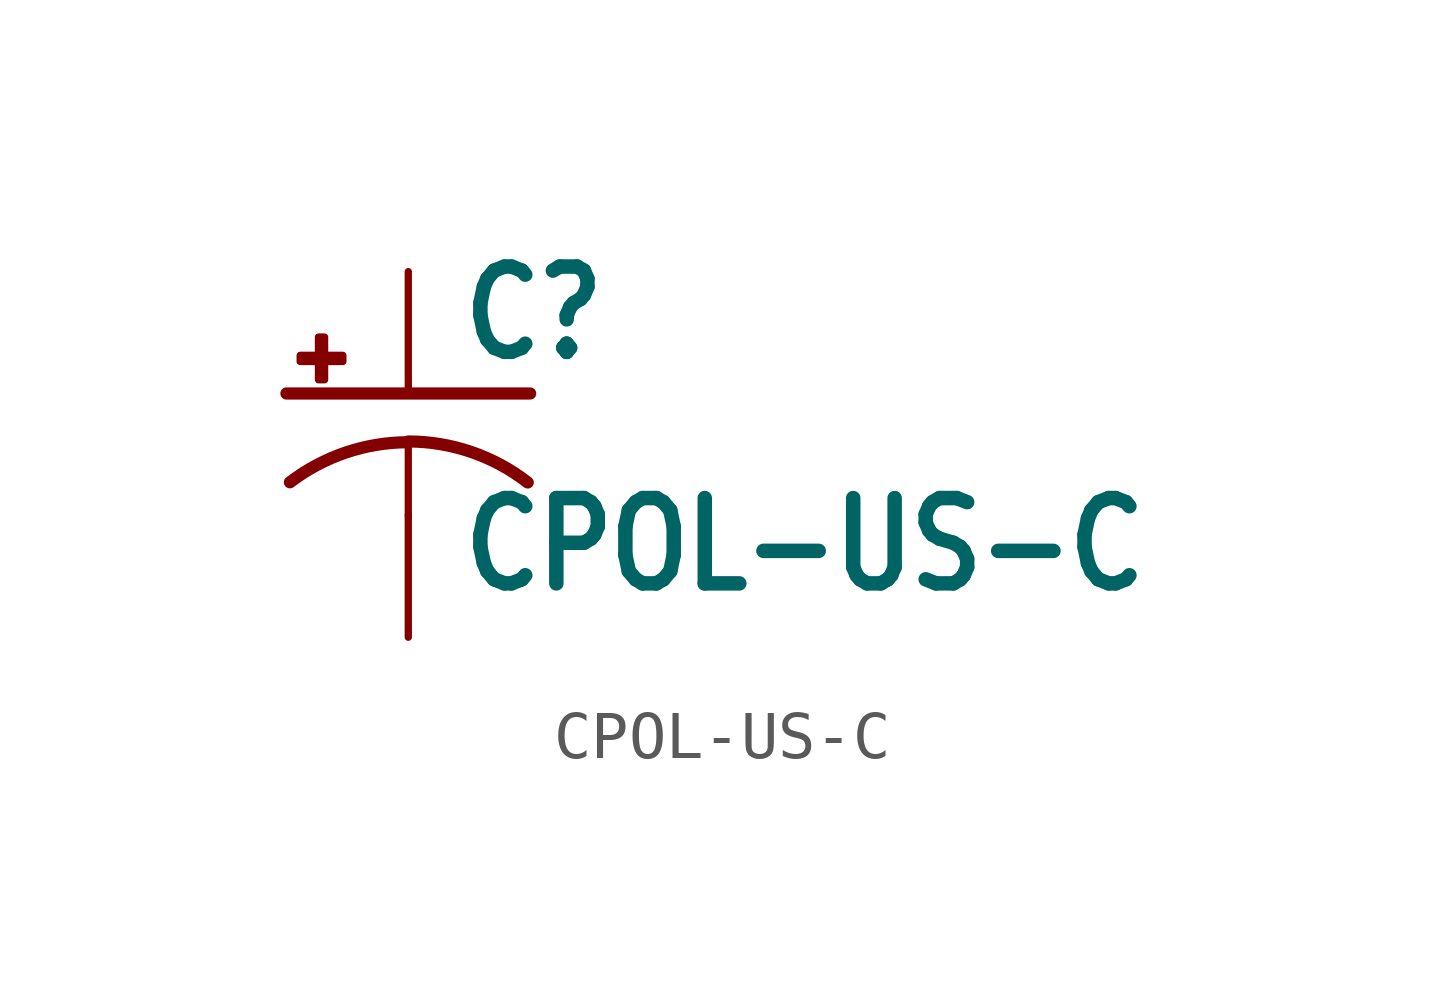
<source format=kicad_sym>
(kicad_symbol_lib
  (version 20211014)
  (generator kicad_symbol_editor)
  (symbol "CPOL-US-C"
    (property "Reference" "C"
      (at 1.016 0.635 0)
      (effects (font (size 1.778 1.511) bold) (justify left bottom)))
    (property "Value" "CPOL-US-C"
      (at 1.016 -4.191 0)
      (effects (font (size 1.778 1.511) bold) (justify left bottom)))
    (property "ki_locked" ""
      (at 0 0 0)
      (effects (font (size 1.27 1.27))))
    (symbol "CPOL-US-C_1_0"
      (rectangle (start -2.253 0.668) (end -1.364 0.795) (stroke (width 0) (type default) (color 0 0 0 0)) (fill (type outline)))
      (rectangle (start -1.872 0.287) (end -1.745 1.176) (stroke (width 0) (type default) (color 0 0 0 0)) (fill (type outline)))
      (arc (start 0 -1.0161) (mid -1.3021 -1.2302) (end -2.4669 -1.8504) (stroke (width 0.254) (type default) (color 0 0 0 0)) (fill (type none)))
      (polyline (pts (xy -2.54 0) (xy 2.54 0)) (stroke (width 0.254) (type default) (color 0 0 0 0)) (fill (type none)))
      (polyline (pts (xy 0 -1.016) (xy 0 -2.54)) (stroke (width 0.152) (type default) (color 0 0 0 0)) (fill (type none)))
      (polyline (pts (xy 0 -1.016) (xy 0 -1.016)) (stroke (width 0.152) (type default) (color 0 0 0 0)) (fill (type none)))
      (arc (start 2.4892 -1.8542) (mid 1.3158 -1.2195) (end 0 -1) (stroke (width 0.254) (type default) (color 0 0 0 0)) (fill (type none)))
      (pin passive line (at 0 2.54 270) (length 2.54) (name "+" (effects (font (size 0 0)))) (number "+" (effects (font (size 0 0)))))
      (pin passive line (at 0 -5.08 90) (length 2.54) (name "-" (effects (font (size 0 0)))) (number "-" (effects (font (size 0 0))))))))
</source>
